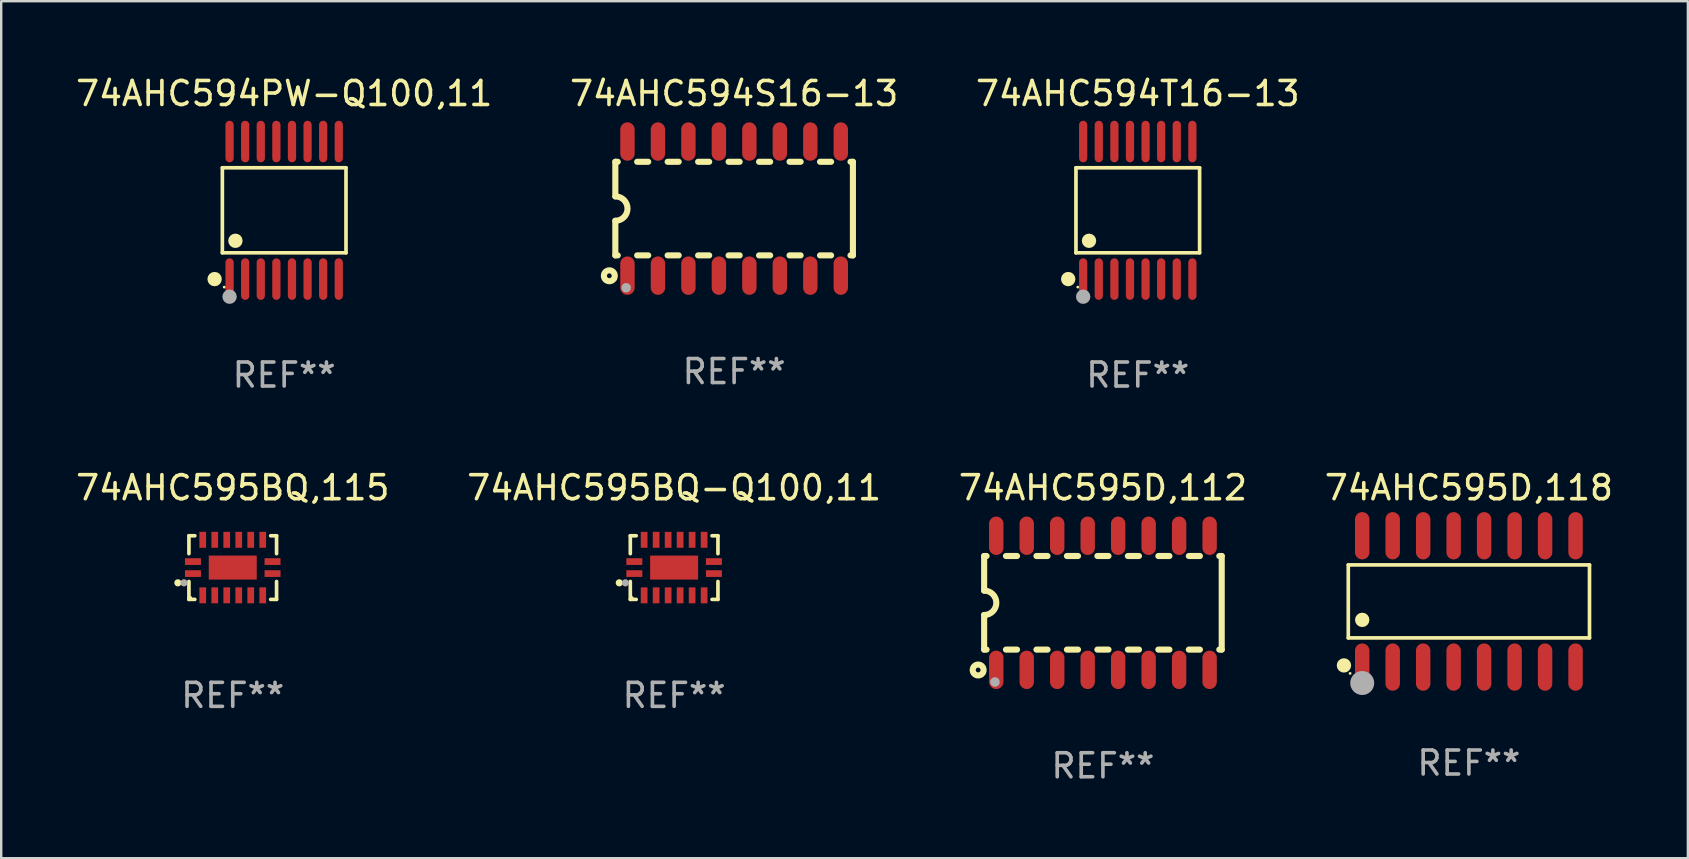
<source format=kicad_pcb>
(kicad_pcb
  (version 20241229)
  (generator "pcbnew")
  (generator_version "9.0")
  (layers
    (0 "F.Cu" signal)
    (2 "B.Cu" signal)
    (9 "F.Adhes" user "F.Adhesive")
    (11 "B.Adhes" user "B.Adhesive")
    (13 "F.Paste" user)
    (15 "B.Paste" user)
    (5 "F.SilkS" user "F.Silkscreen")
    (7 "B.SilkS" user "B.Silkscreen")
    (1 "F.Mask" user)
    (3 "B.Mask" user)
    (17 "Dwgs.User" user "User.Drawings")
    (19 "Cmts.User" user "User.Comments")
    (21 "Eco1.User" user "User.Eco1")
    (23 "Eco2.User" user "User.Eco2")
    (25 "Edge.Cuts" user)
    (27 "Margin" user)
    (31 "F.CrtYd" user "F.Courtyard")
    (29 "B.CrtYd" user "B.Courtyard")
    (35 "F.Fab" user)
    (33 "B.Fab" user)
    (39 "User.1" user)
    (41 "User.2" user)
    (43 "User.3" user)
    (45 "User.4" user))
  (footprint "74AHC594S16-13"
    (layer "F.Cu")
    (at 27.542 5.642)
    (property "Reference" "74AHC594S16-13" (at 0 -4.794 0) (layer "F.SilkS") (effects (font (size 1 1) (thickness 0.15))))
    (attr through_hole)
    (fp_line (start -4.95 -1.95) (end -4.95 -0.508) (stroke (width 0.254) (type solid)) (layer "F.SilkS"))
    (fp_line (start -4.95 -1.95) (end -4.849 -1.95) (stroke (width 0.254) (type solid)) (layer "F.SilkS"))
    (fp_line (start -4.95 1.95) (end -4.95 0.508) (stroke (width 0.254) (type solid)) (layer "F.SilkS"))
    (fp_line (start -4.95 1.95) (end -4.849 1.95) (stroke (width 0.254) (type solid)) (layer "F.SilkS"))
    (fp_line (start -4.041 -1.95) (end -3.579 -1.95) (stroke (width 0.254) (type solid)) (layer "F.SilkS"))
    (fp_line (start -4.041 1.95) (end -3.579 1.95) (stroke (width 0.254) (type solid)) (layer "F.SilkS"))
    (fp_line (start -2.771 -1.95) (end -2.309 -1.95) (stroke (width 0.254) (type solid)) (layer "F.SilkS"))
    (fp_line (start -2.771 1.95) (end -2.309 1.95) (stroke (width 0.254) (type solid)) (layer "F.SilkS"))
    (fp_line (start -1.501 -1.95) (end -1.039 -1.95) (stroke (width 0.254) (type solid)) (layer "F.SilkS"))
    (fp_line (start -1.501 1.95) (end -1.039 1.95) (stroke (width 0.254) (type solid)) (layer "F.SilkS"))
    (fp_line (start -0.231 -1.95) (end 0.231 -1.95) (stroke (width 0.254) (type solid)) (layer "F.SilkS"))
    (fp_line (start -0.231 1.95) (end 0.231 1.95) (stroke (width 0.254) (type solid)) (layer "F.SilkS"))
    (fp_line (start 1.039 -1.95) (end 1.501 -1.95) (stroke (width 0.254) (type solid)) (layer "F.SilkS"))
    (fp_line (start 1.039 1.95) (end 1.501 1.95) (stroke (width 0.254) (type solid)) (layer "F.SilkS"))
    (fp_line (start 2.309 -1.95) (end 2.771 -1.95) (stroke (width 0.254) (type solid)) (layer "F.SilkS"))
    (fp_line (start 2.309 1.95) (end 2.771 1.95) (stroke (width 0.254) (type solid)) (layer "F.SilkS"))
    (fp_line (start 3.579 -1.95) (end 4.041 -1.95) (stroke (width 0.254) (type solid)) (layer "F.SilkS"))
    (fp_line (start 3.579 1.95) (end 4.041 1.95) (stroke (width 0.254) (type solid)) (layer "F.SilkS"))
    (fp_line (start 4.849 -1.95) (end 4.95 -1.95) (stroke (width 0.254) (type solid)) (layer "F.SilkS"))
    (fp_line (start 4.849 1.95) (end 4.95 1.95) (stroke (width 0.254) (type solid)) (layer "F.SilkS"))
    (fp_line (start 4.95 -1.95) (end 4.95 1.95) (stroke (width 0.254) (type solid)) (layer "F.SilkS"))
    (fp_arc (start -4.95047 -0.508001) (mid -4.442469 -0.000228) (end -4.950013 0.508001) (stroke (width 0.254001) (type solid)) (layer "F.SilkS"))
    (fp_circle (center -5.2 2.8) (end -5.1 2.8) (stroke (width 0.254) (type solid)) (fill no) (layer "F.SilkS"))
    (fp_circle (center -4.95 2.947) (end -4.92 2.947) (stroke (width 0.06) (type solid)) (fill no) (layer "F.SilkS"))
    (fp_circle (center -4.5 3.3) (end -4.4 3.3) (stroke (width 0.2) (type solid)) (fill no) (layer "F.Fab"))
    (fp_text user "REF**" (at 0 6.794 0) (layer "F.Fab") (effects (font (size 1 1) (thickness 0.15))))
    (pad "1" smd oval (at -4.445 2.794) (size 0.6 1.6) (layers "F.Cu" "F.Mask" "F.Paste"))
    (pad "2" smd oval (at -3.175 2.794) (size 0.6 1.6) (layers "F.Cu" "F.Mask" "F.Paste"))
    (pad "3" smd oval (at -1.905 2.794) (size 0.6 1.6) (layers "F.Cu" "F.Mask" "F.Paste"))
    (pad "4" smd oval (at -0.635 2.794) (size 0.6 1.6) (layers "F.Cu" "F.Mask" "F.Paste"))
    (pad "5" smd oval (at 0.635 2.794) (size 0.6 1.6) (layers "F.Cu" "F.Mask" "F.Paste"))
    (pad "6" smd oval (at 1.905 2.794) (size 0.6 1.6) (layers "F.Cu" "F.Mask" "F.Paste"))
    (pad "7" smd oval (at 3.175 2.794) (size 0.6 1.6) (layers "F.Cu" "F.Mask" "F.Paste"))
    (pad "8" smd oval (at 4.445 2.794) (size 0.6 1.6) (layers "F.Cu" "F.Mask" "F.Paste"))
    (pad "9" smd oval (at 4.445 -2.794) (size 0.6 1.6) (layers "F.Cu" "F.Mask" "F.Paste"))
    (pad "10" smd oval (at 3.175 -2.794) (size 0.6 1.6) (layers "F.Cu" "F.Mask" "F.Paste"))
    (pad "11" smd oval (at 1.905 -2.794) (size 0.6 1.6) (layers "F.Cu" "F.Mask" "F.Paste"))
    (pad "12" smd oval (at 0.635 -2.794) (size 0.6 1.6) (layers "F.Cu" "F.Mask" "F.Paste"))
    (pad "13" smd oval (at -0.635 -2.794) (size 0.6 1.6) (layers "F.Cu" "F.Mask" "F.Paste"))
    (pad "14" smd oval (at -1.905 -2.794) (size 0.6 1.6) (layers "F.Cu" "F.Mask" "F.Paste"))
    (pad "15" smd oval (at -3.175 -2.794) (size 0.6 1.6) (layers "F.Cu" "F.Mask" "F.Paste"))
    (pad "16" smd oval (at -4.445 -2.794) (size 0.6 1.6) (layers "F.Cu" "F.Mask" "F.Paste")))
  (footprint "74AHC595BQ,115"
    (layer "F.Cu")
    (at 6.649 20.602)
    (property "Reference" "74AHC595BQ,115" (at 0 -3.326 0) (layer "F.SilkS") (effects (font (size 1 1) (thickness 0.15))))
    (attr through_hole)
    (fp_line (start -1.826 -1.326) (end -1.58 -1.326) (stroke (width 0.152) (type solid)) (layer "F.SilkS"))
    (fp_line (start -1.826 -0.58) (end -1.826 -1.326) (stroke (width 0.152) (type solid)) (layer "F.SilkS"))
    (fp_line (start -1.826 0.58) (end -1.826 1.326) (stroke (width 0.152) (type solid)) (layer "F.SilkS"))
    (fp_line (start -1.826 1.326) (end -1.58 1.326) (stroke (width 0.152) (type solid)) (layer "F.SilkS"))
    (fp_line (start 1.826 -1.326) (end 1.58 -1.326) (stroke (width 0.152) (type solid)) (layer "F.SilkS"))
    (fp_line (start 1.826 -0.58) (end 1.826 -1.326) (stroke (width 0.152) (type solid)) (layer "F.SilkS"))
    (fp_line (start 1.826 0.58) (end 1.826 1.326) (stroke (width 0.152) (type solid)) (layer "F.SilkS"))
    (fp_line (start 1.826 1.326) (end 1.58 1.326) (stroke (width 0.152) (type solid)) (layer "F.SilkS"))
    (fp_circle (center -2.286 0.635) (end -2.211 0.635) (stroke (width 0.15) (type solid)) (fill no) (layer "F.SilkS"))
    (fp_circle (center -1.75 1.25) (end -1.72 1.25) (stroke (width 0.06) (type solid)) (fill no) (layer "F.SilkS"))
    (fp_circle (center -2.032 0.635) (end -1.957 0.635) (stroke (width 0.15) (type solid)) (fill no) (layer "F.Fab"))
    (fp_text user "REF**" (at 0 5.326 0) (layer "F.Fab") (effects (font (size 1 1) (thickness 0.15))))
    (pad "1" smd rect (at -1.658 0.25) (size 0.665 0.28) (layers "F.Cu" "F.Mask" "F.Paste"))
    (pad "2" smd rect (at -1.25 1.157) (size 0.28 0.665) (layers "F.Cu" "F.Mask" "F.Paste"))
    (pad "3" smd rect (at -0.75 1.157) (size 0.28 0.665) (layers "F.Cu" "F.Mask" "F.Paste"))
    (pad "4" smd rect (at -0.25 1.157) (size 0.28 0.665) (layers "F.Cu" "F.Mask" "F.Paste"))
    (pad "5" smd rect (at 0.25 1.157) (size 0.28 0.665) (layers "F.Cu" "F.Mask" "F.Paste"))
    (pad "6" smd rect (at 0.75 1.157) (size 0.28 0.665) (layers "F.Cu" "F.Mask" "F.Paste"))
    (pad "7" smd rect (at 1.25 1.157) (size 0.28 0.665) (layers "F.Cu" "F.Mask" "F.Paste"))
    (pad "8" smd rect (at 1.658 0.25) (size 0.665 0.28) (layers "F.Cu" "F.Mask" "F.Paste"))
    (pad "9" smd rect (at 1.658 -0.25) (size 0.665 0.28) (layers "F.Cu" "F.Mask" "F.Paste"))
    (pad "10" smd rect (at 1.25 -1.157) (size 0.28 0.665) (layers "F.Cu" "F.Mask" "F.Paste"))
    (pad "11" smd rect (at 0.75 -1.157) (size 0.28 0.665) (layers "F.Cu" "F.Mask" "F.Paste"))
    (pad "12" smd rect (at 0.25 -1.157) (size 0.28 0.665) (layers "F.Cu" "F.Mask" "F.Paste"))
    (pad "13" smd rect (at -0.25 -1.157) (size 0.28 0.665) (layers "F.Cu" "F.Mask" "F.Paste"))
    (pad "14" smd rect (at -0.75 -1.157) (size 0.28 0.665) (layers "F.Cu" "F.Mask" "F.Paste"))
    (pad "15" smd rect (at -1.25 -1.157) (size 0.28 0.665) (layers "F.Cu" "F.Mask" "F.Paste"))
    (pad "16" smd rect (at -1.658 -0.25) (size 0.665 0.28) (layers "F.Cu" "F.Mask" "F.Paste"))
    (pad "17" smd rect (at 0 0) (size 2 1) (layers "F.Cu" "F.Mask" "F.Paste")))
  (footprint "74AHC595D,118"
    (layer "F.Cu")
    (at 58.161 22.012)
    (property "Reference" "74AHC595D,118" (at 0 -4.736 0) (layer "F.SilkS") (effects (font (size 1 1) (thickness 0.15))))
    (attr through_hole)
    (fp_line (start -5.026 -1.521) (end 5.026 -1.521) (stroke (width 0.152) (type solid)) (layer "F.SilkS"))
    (fp_line (start -5.026 1.521) (end -5.026 -1.521) (stroke (width 0.152) (type solid)) (layer "F.SilkS"))
    (fp_line (start 5.026 -1.521) (end 5.026 1.521) (stroke (width 0.152) (type solid)) (layer "F.SilkS"))
    (fp_line (start 5.026 1.521) (end -5.026 1.521) (stroke (width 0.152) (type solid)) (layer "F.SilkS"))
    (fp_circle (center -5.207 2.667) (end -5.057 2.667) (stroke (width 0.3) (type solid)) (fill no) (layer "F.SilkS"))
    (fp_circle (center -4.95 3) (end -4.92 3) (stroke (width 0.06) (type solid)) (fill no) (layer "F.SilkS"))
    (fp_circle (center -4.445 0.769) (end -4.295 0.769) (stroke (width 0.3) (type solid)) (fill no) (layer "F.SilkS"))
    (fp_circle (center -4.445 3.4) (end -4.195 3.4) (stroke (width 0.5) (type solid)) (fill no) (layer "F.Fab"))
    (fp_text user "REF**" (at 0 6.736 0) (layer "F.Fab") (effects (font (size 1 1) (thickness 0.15))))
    (pad "1" smd oval (at -4.445 2.736) (size 0.602 1.971) (layers "F.Cu" "F.Mask" "F.Paste"))
    (pad "2" smd oval (at -3.175 2.736) (size 0.602 1.971) (layers "F.Cu" "F.Mask" "F.Paste"))
    (pad "3" smd oval (at -1.905 2.736) (size 0.602 1.971) (layers "F.Cu" "F.Mask" "F.Paste"))
    (pad "4" smd oval (at -0.635 2.736) (size 0.602 1.971) (layers "F.Cu" "F.Mask" "F.Paste"))
    (pad "5" smd oval (at 0.635 2.736) (size 0.602 1.971) (layers "F.Cu" "F.Mask" "F.Paste"))
    (pad "6" smd oval (at 1.905 2.736) (size 0.602 1.971) (layers "F.Cu" "F.Mask" "F.Paste"))
    (pad "7" smd oval (at 3.175 2.736) (size 0.602 1.971) (layers "F.Cu" "F.Mask" "F.Paste"))
    (pad "8" smd oval (at 4.445 2.736) (size 0.602 1.971) (layers "F.Cu" "F.Mask" "F.Paste"))
    (pad "9" smd oval (at 4.445 -2.736) (size 0.602 1.971) (layers "F.Cu" "F.Mask" "F.Paste"))
    (pad "10" smd oval (at 3.175 -2.736) (size 0.602 1.971) (layers "F.Cu" "F.Mask" "F.Paste"))
    (pad "11" smd oval (at 1.905 -2.736) (size 0.602 1.971) (layers "F.Cu" "F.Mask" "F.Paste"))
    (pad "12" smd oval (at 0.635 -2.736) (size 0.602 1.971) (layers "F.Cu" "F.Mask" "F.Paste"))
    (pad "13" smd oval (at -0.635 -2.736) (size 0.602 1.971) (layers "F.Cu" "F.Mask" "F.Paste"))
    (pad "14" smd oval (at -1.905 -2.736) (size 0.602 1.971) (layers "F.Cu" "F.Mask" "F.Paste"))
    (pad "15" smd oval (at -3.175 -2.736) (size 0.602 1.971) (layers "F.Cu" "F.Mask" "F.Paste"))
    (pad "16" smd oval (at -4.445 -2.736) (size 0.602 1.971) (layers "F.Cu" "F.Mask" "F.Paste")))
  (footprint "74AHC594T16-13"
    (layer "F.Cu")
    (at 44.363 5.714)
    (property "Reference" "74AHC594T16-13" (at 0 -4.866 0) (layer "F.SilkS") (effects (font (size 1 1) (thickness 0.15))))
    (attr through_hole)
    (fp_line (start -2.576 -1.772) (end 2.576 -1.772) (stroke (width 0.152) (type solid)) (layer "F.SilkS"))
    (fp_line (start -2.576 1.771) (end -2.576 -1.772) (stroke (width 0.152) (type solid)) (layer "F.SilkS"))
    (fp_line (start 2.576 -1.772) (end 2.576 1.771) (stroke (width 0.152) (type solid)) (layer "F.SilkS"))
    (fp_line (start 2.576 1.771) (end -2.576 1.771) (stroke (width 0.152) (type solid)) (layer "F.SilkS"))
    (fp_circle (center -2.899 2.866) (end -2.749 2.866) (stroke (width 0.3) (type solid)) (fill no) (layer "F.SilkS"))
    (fp_circle (center -2.5 3.2) (end -2.47 3.2) (stroke (width 0.06) (type solid)) (fill no) (layer "F.SilkS"))
    (fp_circle (center -2.032 1.27) (end -1.882 1.27) (stroke (width 0.3) (type solid)) (fill no) (layer "F.SilkS"))
    (fp_circle (center -2.275 3.6) (end -2.125 3.6) (stroke (width 0.3) (type solid)) (fill no) (layer "F.Fab"))
    (fp_text user "REF**" (at 0 6.866 0) (layer "F.Fab") (effects (font (size 1 1) (thickness 0.15))))
    (pad "1" smd oval (at -2.275 2.866) (size 0.343 1.731) (layers "F.Cu" "F.Mask" "F.Paste"))
    (pad "2" smd oval (at -1.625 2.866) (size 0.343 1.731) (layers "F.Cu" "F.Mask" "F.Paste"))
    (pad "3" smd oval (at -0.975 2.866) (size 0.343 1.731) (layers "F.Cu" "F.Mask" "F.Paste"))
    (pad "4" smd oval (at -0.325 2.866) (size 0.343 1.731) (layers "F.Cu" "F.Mask" "F.Paste"))
    (pad "5" smd oval (at 0.325 2.866) (size 0.343 1.731) (layers "F.Cu" "F.Mask" "F.Paste"))
    (pad "6" smd oval (at 0.975 2.866) (size 0.343 1.731) (layers "F.Cu" "F.Mask" "F.Paste"))
    (pad "7" smd oval (at 1.625 2.866) (size 0.343 1.731) (layers "F.Cu" "F.Mask" "F.Paste"))
    (pad "8" smd oval (at 2.275 2.866) (size 0.343 1.731) (layers "F.Cu" "F.Mask" "F.Paste"))
    (pad "9" smd oval (at 2.275 -2.866) (size 0.343 1.731) (layers "F.Cu" "F.Mask" "F.Paste"))
    (pad "10" smd oval (at 1.625 -2.866) (size 0.343 1.731) (layers "F.Cu" "F.Mask" "F.Paste"))
    (pad "11" smd oval (at 0.975 -2.866) (size 0.343 1.731) (layers "F.Cu" "F.Mask" "F.Paste"))
    (pad "12" smd oval (at 0.325 -2.866) (size 0.343 1.731) (layers "F.Cu" "F.Mask" "F.Paste"))
    (pad "13" smd oval (at -0.325 -2.866) (size 0.343 1.731) (layers "F.Cu" "F.Mask" "F.Paste"))
    (pad "14" smd oval (at -0.975 -2.866) (size 0.343 1.731) (layers "F.Cu" "F.Mask" "F.Paste"))
    (pad "15" smd oval (at -1.625 -2.866) (size 0.343 1.731) (layers "F.Cu" "F.Mask" "F.Paste"))
    (pad "16" smd oval (at -2.275 -2.866) (size 0.343 1.731) (layers "F.Cu" "F.Mask" "F.Paste")))
  (footprint "74AHC595D,112"
    (layer "F.Cu")
    (at 42.911 22.07)
    (property "Reference" "74AHC595D,112" (at 0 -4.794 0) (layer "F.SilkS") (effects (font (size 1 1) (thickness 0.15))))
    (attr through_hole)
    (fp_line (start -4.95 -1.95) (end -4.95 -0.508) (stroke (width 0.254) (type solid)) (layer "F.SilkS"))
    (fp_line (start -4.95 -1.95) (end -4.849 -1.95) (stroke (width 0.254) (type solid)) (layer "F.SilkS"))
    (fp_line (start -4.95 1.95) (end -4.95 0.508) (stroke (width 0.254) (type solid)) (layer "F.SilkS"))
    (fp_line (start -4.95 1.95) (end -4.849 1.95) (stroke (width 0.254) (type solid)) (layer "F.SilkS"))
    (fp_line (start -4.041 -1.95) (end -3.579 -1.95) (stroke (width 0.254) (type solid)) (layer "F.SilkS"))
    (fp_line (start -4.041 1.95) (end -3.579 1.95) (stroke (width 0.254) (type solid)) (layer "F.SilkS"))
    (fp_line (start -2.771 -1.95) (end -2.309 -1.95) (stroke (width 0.254) (type solid)) (layer "F.SilkS"))
    (fp_line (start -2.771 1.95) (end -2.309 1.95) (stroke (width 0.254) (type solid)) (layer "F.SilkS"))
    (fp_line (start -1.501 -1.95) (end -1.039 -1.95) (stroke (width 0.254) (type solid)) (layer "F.SilkS"))
    (fp_line (start -1.501 1.95) (end -1.039 1.95) (stroke (width 0.254) (type solid)) (layer "F.SilkS"))
    (fp_line (start -0.231 -1.95) (end 0.231 -1.95) (stroke (width 0.254) (type solid)) (layer "F.SilkS"))
    (fp_line (start -0.231 1.95) (end 0.231 1.95) (stroke (width 0.254) (type solid)) (layer "F.SilkS"))
    (fp_line (start 1.039 -1.95) (end 1.501 -1.95) (stroke (width 0.254) (type solid)) (layer "F.SilkS"))
    (fp_line (start 1.039 1.95) (end 1.501 1.95) (stroke (width 0.254) (type solid)) (layer "F.SilkS"))
    (fp_line (start 2.309 -1.95) (end 2.771 -1.95) (stroke (width 0.254) (type solid)) (layer "F.SilkS"))
    (fp_line (start 2.309 1.95) (end 2.771 1.95) (stroke (width 0.254) (type solid)) (layer "F.SilkS"))
    (fp_line (start 3.579 -1.95) (end 4.041 -1.95) (stroke (width 0.254) (type solid)) (layer "F.SilkS"))
    (fp_line (start 3.579 1.95) (end 4.041 1.95) (stroke (width 0.254) (type solid)) (layer "F.SilkS"))
    (fp_line (start 4.849 -1.95) (end 4.95 -1.95) (stroke (width 0.254) (type solid)) (layer "F.SilkS"))
    (fp_line (start 4.849 1.95) (end 4.95 1.95) (stroke (width 0.254) (type solid)) (layer "F.SilkS"))
    (fp_line (start 4.95 -1.95) (end 4.95 1.95) (stroke (width 0.254) (type solid)) (layer "F.SilkS"))
    (fp_arc (start -4.95047 -0.508001) (mid -4.442469 -0.000228) (end -4.950013 0.508001) (stroke (width 0.254001) (type solid)) (layer "F.SilkS"))
    (fp_circle (center -5.2 2.8) (end -5.1 2.8) (stroke (width 0.254) (type solid)) (fill no) (layer "F.SilkS"))
    (fp_circle (center -4.95 2.947) (end -4.92 2.947) (stroke (width 0.06) (type solid)) (fill no) (layer "F.SilkS"))
    (fp_circle (center -4.5 3.3) (end -4.4 3.3) (stroke (width 0.2) (type solid)) (fill no) (layer "F.Fab"))
    (fp_text user "REF**" (at 0 6.794 0) (layer "F.Fab") (effects (font (size 1 1) (thickness 0.15))))
    (pad "1" smd oval (at -4.445 2.794) (size 0.6 1.6) (layers "F.Cu" "F.Mask" "F.Paste"))
    (pad "2" smd oval (at -3.175 2.794) (size 0.6 1.6) (layers "F.Cu" "F.Mask" "F.Paste"))
    (pad "3" smd oval (at -1.905 2.794) (size 0.6 1.6) (layers "F.Cu" "F.Mask" "F.Paste"))
    (pad "4" smd oval (at -0.635 2.794) (size 0.6 1.6) (layers "F.Cu" "F.Mask" "F.Paste"))
    (pad "5" smd oval (at 0.635 2.794) (size 0.6 1.6) (layers "F.Cu" "F.Mask" "F.Paste"))
    (pad "6" smd oval (at 1.905 2.794) (size 0.6 1.6) (layers "F.Cu" "F.Mask" "F.Paste"))
    (pad "7" smd oval (at 3.175 2.794) (size 0.6 1.6) (layers "F.Cu" "F.Mask" "F.Paste"))
    (pad "8" smd oval (at 4.445 2.794) (size 0.6 1.6) (layers "F.Cu" "F.Mask" "F.Paste"))
    (pad "9" smd oval (at 4.445 -2.794) (size 0.6 1.6) (layers "F.Cu" "F.Mask" "F.Paste"))
    (pad "10" smd oval (at 3.175 -2.794) (size 0.6 1.6) (layers "F.Cu" "F.Mask" "F.Paste"))
    (pad "11" smd oval (at 1.905 -2.794) (size 0.6 1.6) (layers "F.Cu" "F.Mask" "F.Paste"))
    (pad "12" smd oval (at 0.635 -2.794) (size 0.6 1.6) (layers "F.Cu" "F.Mask" "F.Paste"))
    (pad "13" smd oval (at -0.635 -2.794) (size 0.6 1.6) (layers "F.Cu" "F.Mask" "F.Paste"))
    (pad "14" smd oval (at -1.905 -2.794) (size 0.6 1.6) (layers "F.Cu" "F.Mask" "F.Paste"))
    (pad "15" smd oval (at -3.175 -2.794) (size 0.6 1.6) (layers "F.Cu" "F.Mask" "F.Paste"))
    (pad "16" smd oval (at -4.445 -2.794) (size 0.6 1.6) (layers "F.Cu" "F.Mask" "F.Paste")))
  (footprint "74AHC594PW-Q100,11"
    (layer "F.Cu")
    (at 8.792 5.714)
    (property "Reference" "74AHC594PW-Q100,11" (at 0 -4.866 0) (layer "F.SilkS") (effects (font (size 1 1) (thickness 0.15))))
    (attr through_hole)
    (fp_line (start -2.576 -1.772) (end 2.576 -1.772) (stroke (width 0.152) (type solid)) (layer "F.SilkS"))
    (fp_line (start -2.576 1.771) (end -2.576 -1.772) (stroke (width 0.152) (type solid)) (layer "F.SilkS"))
    (fp_line (start 2.576 -1.772) (end 2.576 1.771) (stroke (width 0.152) (type solid)) (layer "F.SilkS"))
    (fp_line (start 2.576 1.771) (end -2.576 1.771) (stroke (width 0.152) (type solid)) (layer "F.SilkS"))
    (fp_circle (center -2.899 2.866) (end -2.749 2.866) (stroke (width 0.3) (type solid)) (fill no) (layer "F.SilkS"))
    (fp_circle (center -2.5 3.2) (end -2.47 3.2) (stroke (width 0.06) (type solid)) (fill no) (layer "F.SilkS"))
    (fp_circle (center -2.032 1.27) (end -1.882 1.27) (stroke (width 0.3) (type solid)) (fill no) (layer "F.SilkS"))
    (fp_circle (center -2.275 3.6) (end -2.125 3.6) (stroke (width 0.3) (type solid)) (fill no) (layer "F.Fab"))
    (fp_text user "REF**" (at 0 6.866 0) (layer "F.Fab") (effects (font (size 1 1) (thickness 0.15))))
    (pad "1" smd oval (at -2.275 2.866) (size 0.343 1.731) (layers "F.Cu" "F.Mask" "F.Paste"))
    (pad "2" smd oval (at -1.625 2.866) (size 0.343 1.731) (layers "F.Cu" "F.Mask" "F.Paste"))
    (pad "3" smd oval (at -0.975 2.866) (size 0.343 1.731) (layers "F.Cu" "F.Mask" "F.Paste"))
    (pad "4" smd oval (at -0.325 2.866) (size 0.343 1.731) (layers "F.Cu" "F.Mask" "F.Paste"))
    (pad "5" smd oval (at 0.325 2.866) (size 0.343 1.731) (layers "F.Cu" "F.Mask" "F.Paste"))
    (pad "6" smd oval (at 0.975 2.866) (size 0.343 1.731) (layers "F.Cu" "F.Mask" "F.Paste"))
    (pad "7" smd oval (at 1.625 2.866) (size 0.343 1.731) (layers "F.Cu" "F.Mask" "F.Paste"))
    (pad "8" smd oval (at 2.275 2.866) (size 0.343 1.731) (layers "F.Cu" "F.Mask" "F.Paste"))
    (pad "9" smd oval (at 2.275 -2.866) (size 0.343 1.731) (layers "F.Cu" "F.Mask" "F.Paste"))
    (pad "10" smd oval (at 1.625 -2.866) (size 0.343 1.731) (layers "F.Cu" "F.Mask" "F.Paste"))
    (pad "11" smd oval (at 0.975 -2.866) (size 0.343 1.731) (layers "F.Cu" "F.Mask" "F.Paste"))
    (pad "12" smd oval (at 0.325 -2.866) (size 0.343 1.731) (layers "F.Cu" "F.Mask" "F.Paste"))
    (pad "13" smd oval (at -0.325 -2.866) (size 0.343 1.731) (layers "F.Cu" "F.Mask" "F.Paste"))
    (pad "14" smd oval (at -0.975 -2.866) (size 0.343 1.731) (layers "F.Cu" "F.Mask" "F.Paste"))
    (pad "15" smd oval (at -1.625 -2.866) (size 0.343 1.731) (layers "F.Cu" "F.Mask" "F.Paste"))
    (pad "16" smd oval (at -2.275 -2.866) (size 0.343 1.731) (layers "F.Cu" "F.Mask" "F.Paste")))
  (footprint "74AHC595BQ-Q100,11"
    (layer "F.Cu")
    (at 25.042 20.602)
    (property "Reference" "74AHC595BQ-Q100,11" (at 0 -3.326 0) (layer "F.SilkS") (effects (font (size 1 1) (thickness 0.15))))
    (attr through_hole)
    (fp_line (start -1.826 -1.326) (end -1.58 -1.326) (stroke (width 0.152) (type solid)) (layer "F.SilkS"))
    (fp_line (start -1.826 -0.58) (end -1.826 -1.326) (stroke (width 0.152) (type solid)) (layer "F.SilkS"))
    (fp_line (start -1.826 0.58) (end -1.826 1.326) (stroke (width 0.152) (type solid)) (layer "F.SilkS"))
    (fp_line (start -1.826 1.326) (end -1.58 1.326) (stroke (width 0.152) (type solid)) (layer "F.SilkS"))
    (fp_line (start 1.826 -1.326) (end 1.58 -1.326) (stroke (width 0.152) (type solid)) (layer "F.SilkS"))
    (fp_line (start 1.826 -0.58) (end 1.826 -1.326) (stroke (width 0.152) (type solid)) (layer "F.SilkS"))
    (fp_line (start 1.826 0.58) (end 1.826 1.326) (stroke (width 0.152) (type solid)) (layer "F.SilkS"))
    (fp_line (start 1.826 1.326) (end 1.58 1.326) (stroke (width 0.152) (type solid)) (layer "F.SilkS"))
    (fp_circle (center -2.286 0.635) (end -2.211 0.635) (stroke (width 0.15) (type solid)) (fill no) (layer "F.SilkS"))
    (fp_circle (center -1.75 1.25) (end -1.72 1.25) (stroke (width 0.06) (type solid)) (fill no) (layer "F.SilkS"))
    (fp_circle (center -2.032 0.635) (end -1.957 0.635) (stroke (width 0.15) (type solid)) (fill no) (layer "F.Fab"))
    (fp_text user "REF**" (at 0 5.326 0) (layer "F.Fab") (effects (font (size 1 1) (thickness 0.15))))
    (pad "1" smd rect (at -1.658 0.25) (size 0.665 0.28) (layers "F.Cu" "F.Mask" "F.Paste"))
    (pad "2" smd rect (at -1.25 1.157) (size 0.28 0.665) (layers "F.Cu" "F.Mask" "F.Paste"))
    (pad "3" smd rect (at -0.75 1.157) (size 0.28 0.665) (layers "F.Cu" "F.Mask" "F.Paste"))
    (pad "4" smd rect (at -0.25 1.157) (size 0.28 0.665) (layers "F.Cu" "F.Mask" "F.Paste"))
    (pad "5" smd rect (at 0.25 1.157) (size 0.28 0.665) (layers "F.Cu" "F.Mask" "F.Paste"))
    (pad "6" smd rect (at 0.75 1.157) (size 0.28 0.665) (layers "F.Cu" "F.Mask" "F.Paste"))
    (pad "7" smd rect (at 1.25 1.157) (size 0.28 0.665) (layers "F.Cu" "F.Mask" "F.Paste"))
    (pad "8" smd rect (at 1.658 0.25) (size 0.665 0.28) (layers "F.Cu" "F.Mask" "F.Paste"))
    (pad "9" smd rect (at 1.658 -0.25) (size 0.665 0.28) (layers "F.Cu" "F.Mask" "F.Paste"))
    (pad "10" smd rect (at 1.25 -1.157) (size 0.28 0.665) (layers "F.Cu" "F.Mask" "F.Paste"))
    (pad "11" smd rect (at 0.75 -1.157) (size 0.28 0.665) (layers "F.Cu" "F.Mask" "F.Paste"))
    (pad "12" smd rect (at 0.25 -1.157) (size 0.28 0.665) (layers "F.Cu" "F.Mask" "F.Paste"))
    (pad "13" smd rect (at -0.25 -1.157) (size 0.28 0.665) (layers "F.Cu" "F.Mask" "F.Paste"))
    (pad "14" smd rect (at -0.75 -1.157) (size 0.28 0.665) (layers "F.Cu" "F.Mask" "F.Paste"))
    (pad "15" smd rect (at -1.25 -1.157) (size 0.28 0.665) (layers "F.Cu" "F.Mask" "F.Paste"))
    (pad "16" smd rect (at -1.658 -0.25) (size 0.665 0.28) (layers "F.Cu" "F.Mask" "F.Paste"))
    (pad "17" smd rect (at 0 0) (size 2 1) (layers "F.Cu" "F.Mask" "F.Paste")))
  (gr_rect
    (start -3 -3)
    (end 67.286 32.713)
    (stroke (width 0.1) (type default))
    (fill no)
    (layer "Edge.Cuts")))
</source>
